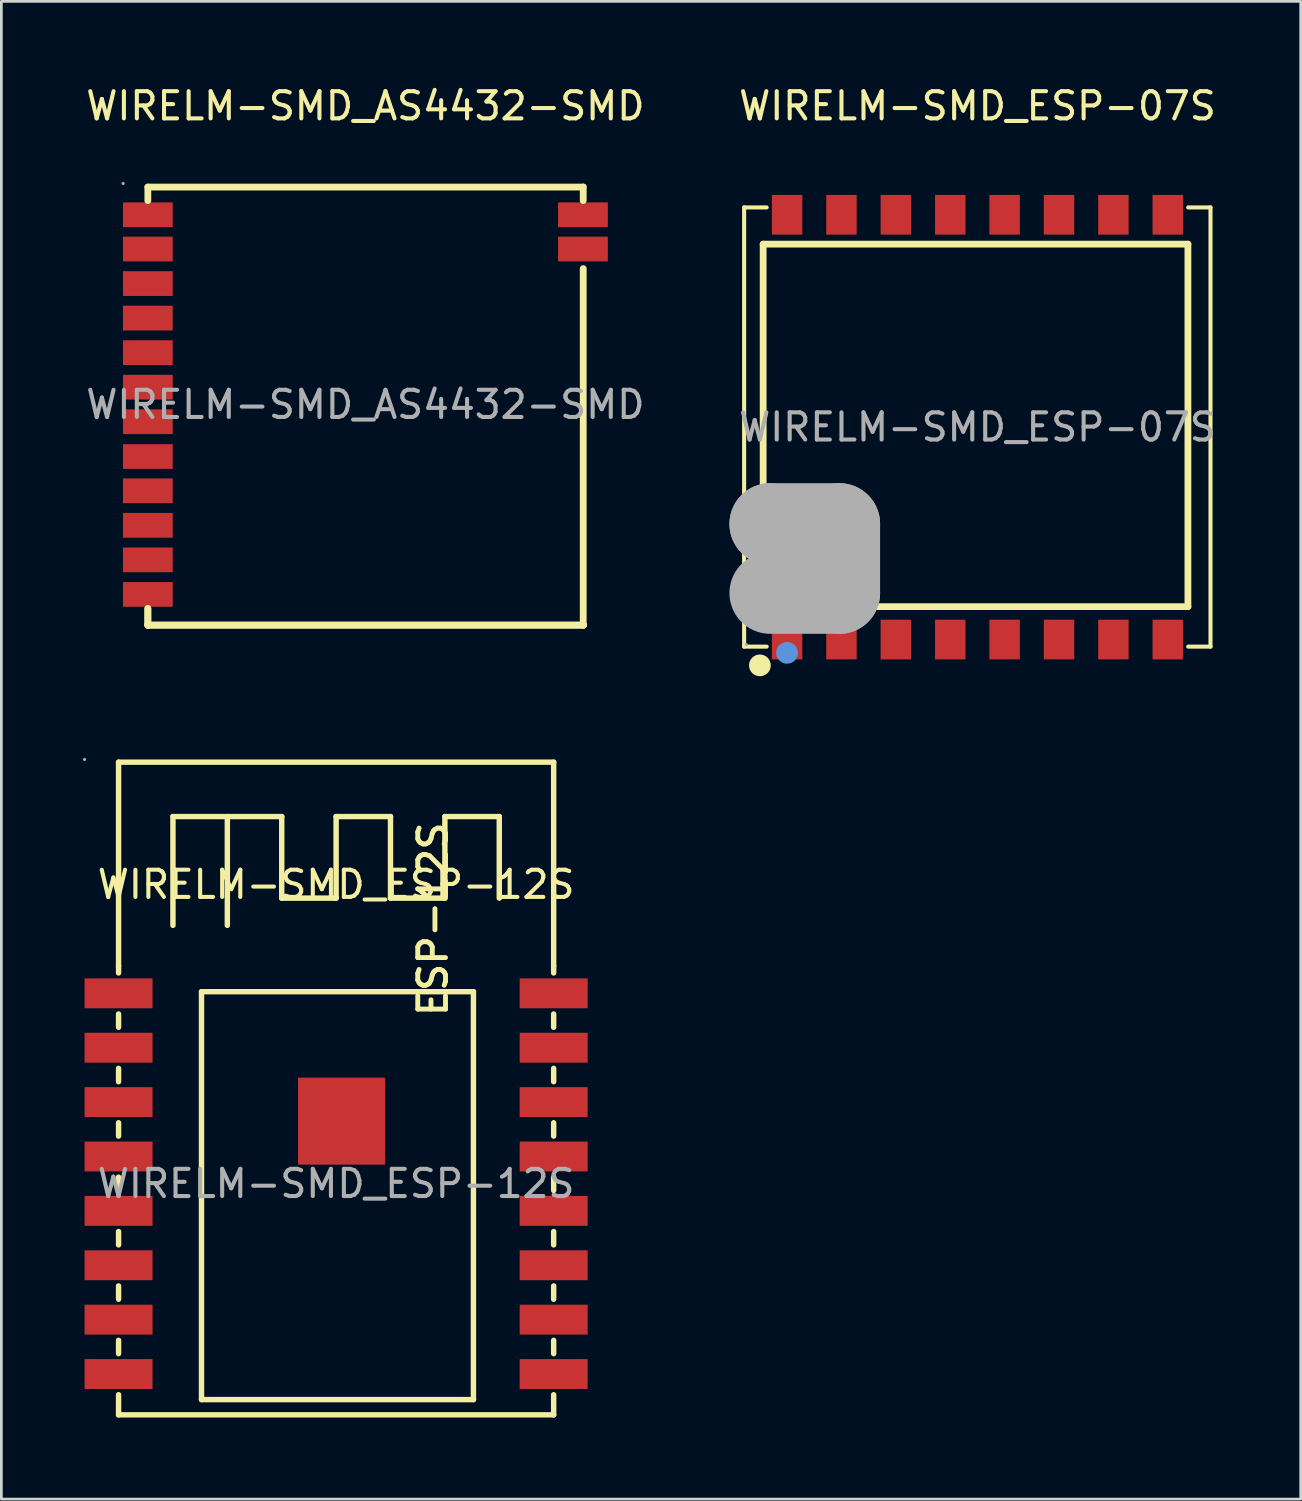
<source format=kicad_pcb>
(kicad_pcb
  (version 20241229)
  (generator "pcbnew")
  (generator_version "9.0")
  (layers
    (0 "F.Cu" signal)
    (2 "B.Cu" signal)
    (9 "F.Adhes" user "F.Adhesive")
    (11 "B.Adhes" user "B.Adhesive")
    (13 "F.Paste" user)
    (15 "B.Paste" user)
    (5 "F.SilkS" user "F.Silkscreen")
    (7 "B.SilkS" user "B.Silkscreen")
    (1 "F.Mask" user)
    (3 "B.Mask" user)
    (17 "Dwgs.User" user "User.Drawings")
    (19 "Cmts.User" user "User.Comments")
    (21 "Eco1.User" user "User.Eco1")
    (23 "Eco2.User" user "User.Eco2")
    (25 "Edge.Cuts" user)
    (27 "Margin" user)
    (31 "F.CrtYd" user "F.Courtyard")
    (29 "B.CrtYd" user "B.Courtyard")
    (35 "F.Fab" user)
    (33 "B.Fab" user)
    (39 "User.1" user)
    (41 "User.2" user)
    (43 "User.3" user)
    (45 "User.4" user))
  (footprint "WIRELM-SMD_AS4432-SMD"
    (layer "F.Cu")
    (at 10.387 11.828)
    (property "Reference" "WIRELM-SMD_AS4432-SMD" (at 0 -10.98 0) (layer "F.SilkS") (effects (font (size 1 1) (thickness 0.15))))
    (attr through_hole)
    (fp_line (start -8 -8) (end 8.01 -8) (stroke (width 0.25) (type solid)) (layer "F.SilkS"))
    (fp_line (start -8 -7.5) (end -8 -8) (stroke (width 0.25) (type solid)) (layer "F.SilkS"))
    (fp_line (start -8 7.5) (end -8 8.11) (stroke (width 0.25) (type solid)) (layer "F.SilkS"))
    (fp_line (start -8 8.11) (end -8 7.5) (stroke (width 0.25) (type solid)) (layer "F.SilkS"))
    (fp_line (start -8 8.11) (end -8 8.11) (stroke (width 0.25) (type solid)) (layer "F.SilkS"))
    (fp_line (start -8 8.11) (end -8 8.11) (stroke (width 0.25) (type solid)) (layer "F.SilkS"))
    (fp_line (start -8 8.11) (end 8.02 8.11) (stroke (width 0.25) (type solid)) (layer "F.SilkS"))
    (fp_line (start 8.01 -8) (end 8.01 -7.5) (stroke (width 0.25) (type solid)) (layer "F.SilkS"))
    (fp_line (start 8.01 8.11) (end 8.01 -5) (stroke (width 0.25) (type solid)) (layer "F.SilkS"))
    (fp_line (start 8.02 8.11) (end -8 8.11) (stroke (width 0.25) (type solid)) (layer "F.SilkS"))
    (fp_line (start 8.02 8.11) (end 8.02 8.11) (stroke (width 0.25) (type solid)) (layer "F.SilkS"))
    (fp_circle (center -8.91 -8.13) (end -8.88 -8.13) (stroke (width 0.06) (type solid)) (fill no) (layer "F.Fab"))
    (fp_text user "${REFERENCE}" (at 0 0 0) (layer "F.Fab") (effects (font (size 1 1) (thickness 0.15))))
    (pad "1" smd rect (at -8 -6.98) (size 1.83 0.91) (layers "F.Cu" "F.Mask" "F.Paste"))
    (pad "2" smd rect (at -8 -5.72) (size 1.83 0.91) (layers "F.Cu" "F.Mask" "F.Paste"))
    (pad "3" smd rect (at -8 -4.45) (size 1.83 0.91) (layers "F.Cu" "F.Mask" "F.Paste"))
    (pad "4" smd rect (at -8 -3.18) (size 1.83 0.91) (layers "F.Cu" "F.Mask" "F.Paste"))
    (pad "5" smd rect (at -8 -1.91) (size 1.83 0.91) (layers "F.Cu" "F.Mask" "F.Paste"))
    (pad "6" smd rect (at -8 -0.64) (size 1.83 0.91) (layers "F.Cu" "F.Mask" "F.Paste"))
    (pad "7" smd rect (at -8 0.63) (size 1.83 0.91) (layers "F.Cu" "F.Mask" "F.Paste"))
    (pad "8" smd rect (at -8 1.91) (size 1.83 0.91) (layers "F.Cu" "F.Mask" "F.Paste"))
    (pad "9" smd rect (at -8 3.17) (size 1.83 0.91) (layers "F.Cu" "F.Mask" "F.Paste"))
    (pad "10" smd rect (at -8 4.44) (size 1.83 0.91) (layers "F.Cu" "F.Mask" "F.Paste"))
    (pad "11" smd rect (at -8 5.71) (size 1.83 0.91) (layers "F.Cu" "F.Mask" "F.Paste"))
    (pad "12" smd rect (at -8 6.98) (size 1.83 0.91) (layers "F.Cu" "F.Mask" "F.Paste"))
    (pad "13" smd rect (at 8 -6.98) (size 1.83 0.91) (layers "F.Cu" "F.Mask" "F.Paste"))
    (pad "14" smd rect (at 8 -5.72) (size 1.83 0.91) (layers "F.Cu" "F.Mask" "F.Paste")))
  (footprint "WIRELM-SMD_ESP-07S"
    (layer "F.Cu")
    (at 32.894 12.658)
    (property "Reference" "WIRELM-SMD_ESP-07S" (at 0 -11.81 0) (layer "F.SilkS") (effects (font (size 1 1) (thickness 0.15))))
    (attr through_hole)
    (fp_line (start -8.58 -8.08) (end -7.75 -8.08) (stroke (width 0.15) (type solid)) (layer "F.SilkS"))
    (fp_line (start -8.58 8.07) (end -8.58 -8.08) (stroke (width 0.15) (type solid)) (layer "F.SilkS"))
    (fp_line (start -7.88 -6.73) (end -7.88 3.04) (stroke (width 0.25) (type solid)) (layer "F.SilkS"))
    (fp_line (start -7.88 3.04) (end -4.32 3.04) (stroke (width 0.25) (type solid)) (layer "F.SilkS"))
    (fp_line (start -7.75 8.07) (end -8.58 8.07) (stroke (width 0.15) (type solid)) (layer "F.SilkS"))
    (fp_line (start -4.32 2.97) (end -4.32 6.6) (stroke (width 0.25) (type solid)) (layer "F.SilkS"))
    (fp_line (start -4.32 6.6) (end 7.74 6.6) (stroke (width 0.25) (type solid)) (layer "F.SilkS"))
    (fp_line (start 7.74 -6.73) (end -7.88 -6.73) (stroke (width 0.25) (type solid)) (layer "F.SilkS"))
    (fp_line (start 7.74 6.6) (end 7.74 -6.73) (stroke (width 0.25) (type solid)) (layer "F.SilkS"))
    (fp_line (start 7.75 8.07) (end 8.57 8.07) (stroke (width 0.15) (type solid)) (layer "F.SilkS"))
    (fp_line (start 8.57 -8.08) (end 7.75 -8.08) (stroke (width 0.15) (type solid)) (layer "F.SilkS"))
    (fp_line (start 8.57 8.07) (end 8.57 -8.08) (stroke (width 0.15) (type solid)) (layer "F.SilkS"))
    (fp_circle (center -8 8.76) (end -7.8 8.76) (stroke (width 0.4) (type solid)) (fill no) (layer "F.SilkS"))
    (fp_circle (center -7 8.3) (end -6.8 8.3) (stroke (width 0.4) (type solid)) (fill no) (layer "Cmts.User"))
    (fp_line (start -7.62 3.56) (end -7.62 3.56) (stroke (width 3) (type solid)) (layer "F.Fab"))
    (fp_line (start -7.62 3.56) (end -5.08 3.56) (stroke (width 3) (type solid)) (layer "F.Fab"))
    (fp_line (start -5.08 3.56) (end -5.08 6.1) (stroke (width 3) (type solid)) (layer "F.Fab"))
    (fp_line (start -5.08 6.1) (end -7.62 6.1) (stroke (width 3) (type solid)) (layer "F.Fab"))
    (fp_circle (center -8.5 8) (end -8.47 8) (stroke (width 0.06) (type solid)) (fill no) (layer "F.Fab"))
    (fp_text user "${REFERENCE}" (at 0 0 0) (layer "F.Fab") (effects (font (size 1 1) (thickness 0.15))))
    (pad "1" smd rect (at -7 7.81 90) (size 1.46 1.12) (layers "F.Cu" "F.Mask" "F.Paste"))
    (pad "2" smd rect (at -5 7.81 90) (size 1.46 1.12) (layers "F.Cu" "F.Mask" "F.Paste"))
    (pad "3" smd rect (at -3 7.81 90) (size 1.46 1.12) (layers "F.Cu" "F.Mask" "F.Paste"))
    (pad "4" smd rect (at -1 7.81 90) (size 1.46 1.12) (layers "F.Cu" "F.Mask" "F.Paste"))
    (pad "5" smd rect (at 1 7.81 90) (size 1.46 1.12) (layers "F.Cu" "F.Mask" "F.Paste"))
    (pad "6" smd rect (at 3 7.81 90) (size 1.46 1.12) (layers "F.Cu" "F.Mask" "F.Paste"))
    (pad "7" smd rect (at 5 7.81 90) (size 1.46 1.12) (layers "F.Cu" "F.Mask" "F.Paste"))
    (pad "8" smd rect (at 7 7.81 90) (size 1.46 1.12) (layers "F.Cu" "F.Mask" "F.Paste"))
    (pad "9" smd rect (at 7 -7.81 90) (size 1.46 1.12) (layers "F.Cu" "F.Mask" "F.Paste"))
    (pad "10" smd rect (at 5 -7.81 90) (size 1.46 1.12) (layers "F.Cu" "F.Mask" "F.Paste"))
    (pad "11" smd rect (at 3 -7.81 90) (size 1.46 1.12) (layers "F.Cu" "F.Mask" "F.Paste"))
    (pad "12" smd rect (at 1 -7.81 90) (size 1.46 1.12) (layers "F.Cu" "F.Mask" "F.Paste"))
    (pad "13" smd rect (at -1 -7.81 90) (size 1.46 1.12) (layers "F.Cu" "F.Mask" "F.Paste"))
    (pad "14" smd rect (at -3 -7.81 90) (size 1.46 1.12) (layers "F.Cu" "F.Mask" "F.Paste"))
    (pad "15" smd rect (at -5 -7.81 90) (size 1.46 1.12) (layers "F.Cu" "F.Mask" "F.Paste"))
    (pad "16" smd rect (at -7 -7.81 90) (size 1.46 1.12) (layers "F.Cu" "F.Mask" "F.Paste")))
  (footprint "WIRELM-SMD_ESP-12S"
    (layer "F.Cu")
    (at 9.31 40.478)
    (property "Reference" "WIRELM-SMD_ESP-12S" (at 0 -11 0) (layer "F.SilkS") (effects (font (size 1 1) (thickness 0.15))))
    (attr through_hole)
    (fp_line (start -8 -15.5) (end 8 -15.5) (stroke (width 0.2) (type solid)) (layer "F.SilkS"))
    (fp_line (start -8 -8) (end -8 -15.5) (stroke (width 0.2) (type solid)) (layer "F.SilkS"))
    (fp_line (start -8 -8) (end -8 -7.75) (stroke (width 0.2) (type solid)) (layer "F.SilkS"))
    (fp_line (start -8 -6.24) (end -8 -5.75) (stroke (width 0.2) (type solid)) (layer "F.SilkS"))
    (fp_line (start -8 -4.24) (end -8 -3.75) (stroke (width 0.2) (type solid)) (layer "F.SilkS"))
    (fp_line (start -8 -2.24) (end -8 -1.75) (stroke (width 0.2) (type solid)) (layer "F.SilkS"))
    (fp_line (start -8 -0.24) (end -8 0.25) (stroke (width 0.2) (type solid)) (layer "F.SilkS"))
    (fp_line (start -8 1.76) (end -8 2.25) (stroke (width 0.2) (type solid)) (layer "F.SilkS"))
    (fp_line (start -8 3.76) (end -8 4.25) (stroke (width 0.2) (type solid)) (layer "F.SilkS"))
    (fp_line (start -8 5.76) (end -8 6.25) (stroke (width 0.2) (type solid)) (layer "F.SilkS"))
    (fp_line (start -8 7.76) (end -8 8.5) (stroke (width 0.2) (type solid)) (layer "F.SilkS"))
    (fp_line (start -8 8.5) (end 8 8.5) (stroke (width 0.2) (type solid)) (layer "F.SilkS"))
    (fp_line (start -6 -13.5) (end -6 -9.5) (stroke (width 0.2) (type solid)) (layer "F.SilkS"))
    (fp_line (start -4.95 -7.06) (end 5.05 -7.06) (stroke (width 0.2) (type solid)) (layer "F.SilkS"))
    (fp_line (start -4.95 7.94) (end -4.95 -7.06) (stroke (width 0.2) (type solid)) (layer "F.SilkS"))
    (fp_line (start -4 -9.5) (end -4 -13.5) (stroke (width 0.2) (type solid)) (layer "F.SilkS"))
    (fp_line (start -2 -13.5) (end -6 -13.5) (stroke (width 0.2) (type solid)) (layer "F.SilkS"))
    (fp_line (start -2 -10.5) (end -2 -13.5) (stroke (width 0.2) (type solid)) (layer "F.SilkS"))
    (fp_line (start 0 -13.5) (end 0 -10.5) (stroke (width 0.2) (type solid)) (layer "F.SilkS"))
    (fp_line (start 0 -10.5) (end -2 -10.5) (stroke (width 0.2) (type solid)) (layer "F.SilkS"))
    (fp_line (start 2 -13.5) (end 0 -13.5) (stroke (width 0.2) (type solid)) (layer "F.SilkS"))
    (fp_line (start 2 -10.5) (end 2 -13.5) (stroke (width 0.2) (type solid)) (layer "F.SilkS"))
    (fp_line (start 4 -13.5) (end 4 -10.5) (stroke (width 0.2) (type solid)) (layer "F.SilkS"))
    (fp_line (start 4 -10.5) (end 2 -10.5) (stroke (width 0.2) (type solid)) (layer "F.SilkS"))
    (fp_line (start 5.05 -7.06) (end 5.05 7.94) (stroke (width 0.2) (type solid)) (layer "F.SilkS"))
    (fp_line (start 5.05 7.94) (end -4.95 7.94) (stroke (width 0.2) (type solid)) (layer "F.SilkS"))
    (fp_line (start 6 -13.5) (end 4 -13.5) (stroke (width 0.2) (type solid)) (layer "F.SilkS"))
    (fp_line (start 6 -10.5) (end 6 -13.5) (stroke (width 0.2) (type solid)) (layer "F.SilkS"))
    (fp_line (start 8 -15.5) (end 8 -8) (stroke (width 0.2) (type solid)) (layer "F.SilkS"))
    (fp_line (start 8 -8) (end 8 -7.75) (stroke (width 0.2) (type solid)) (layer "F.SilkS"))
    (fp_line (start 8 -6.24) (end 8 -5.75) (stroke (width 0.2) (type solid)) (layer "F.SilkS"))
    (fp_line (start 8 -4.24) (end 8 -3.75) (stroke (width 0.2) (type solid)) (layer "F.SilkS"))
    (fp_line (start 8 -2.24) (end 8 -1.75) (stroke (width 0.2) (type solid)) (layer "F.SilkS"))
    (fp_line (start 8 -0.24) (end 8 0.25) (stroke (width 0.2) (type solid)) (layer "F.SilkS"))
    (fp_line (start 8 1.76) (end 8 2.25) (stroke (width 0.2) (type solid)) (layer "F.SilkS"))
    (fp_line (start 8 3.76) (end 8 4.25) (stroke (width 0.2) (type solid)) (layer "F.SilkS"))
    (fp_line (start 8 5.76) (end 8 6.25) (stroke (width 0.2) (type solid)) (layer "F.SilkS"))
    (fp_line (start 8 7.76) (end 8 8.5) (stroke (width 0.2) (type solid)) (layer "F.SilkS"))
    (fp_circle (center -9.25 -15.6) (end -9.22 -15.6) (stroke (width 0.06) (type solid)) (fill no) (layer "F.Fab"))
    (fp_text user "ESP-12S" (at 3.56 -6.06 270) (layer "F.SilkS") (effects (font (size 1.02 1.02) (thickness 0.18)) (justify left)))
    (fp_text user "${REFERENCE}" (at 0 0 0) (layer "F.Fab") (effects (font (size 1 1) (thickness 0.15))))
    (pad "1" smd rect (at -8 -7) (size 2.5 1.1) (layers "F.Cu" "F.Mask" "F.Paste"))
    (pad "2" smd rect (at -8 -5) (size 2.5 1.1) (layers "F.Cu" "F.Mask" "F.Paste"))
    (pad "3" smd rect (at -8 -3) (size 2.5 1.1) (layers "F.Cu" "F.Mask" "F.Paste"))
    (pad "4" smd rect (at -8 -1) (size 2.5 1.1) (layers "F.Cu" "F.Mask" "F.Paste"))
    (pad "5" smd rect (at -8 1) (size 2.5 1.1) (layers "F.Cu" "F.Mask" "F.Paste"))
    (pad "6" smd rect (at -8 3) (size 2.5 1.1) (layers "F.Cu" "F.Mask" "F.Paste"))
    (pad "7" smd rect (at -8 5) (size 2.5 1.1) (layers "F.Cu" "F.Mask" "F.Paste"))
    (pad "8" smd rect (at -8 7) (size 2.5 1.1) (layers "F.Cu" "F.Mask" "F.Paste"))
    (pad "9" smd rect (at 8 7) (size 2.5 1.1) (layers "F.Cu" "F.Mask" "F.Paste"))
    (pad "10" smd rect (at 8 5) (size 2.5 1.1) (layers "F.Cu" "F.Mask" "F.Paste"))
    (pad "11" smd rect (at 8 3) (size 2.5 1.1) (layers "F.Cu" "F.Mask" "F.Paste"))
    (pad "12" smd rect (at 8 1) (size 2.5 1.1) (layers "F.Cu" "F.Mask" "F.Paste"))
    (pad "13" smd rect (at 8 -1) (size 2.5 1.1) (layers "F.Cu" "F.Mask" "F.Paste"))
    (pad "14" smd rect (at 8 -3) (size 2.5 1.1) (layers "F.Cu" "F.Mask" "F.Paste"))
    (pad "15" smd rect (at 8 -5) (size 2.5 1.1) (layers "F.Cu" "F.Mask" "F.Paste"))
    (pad "16" smd rect (at 8 -7) (size 2.5 1.1) (layers "F.Cu" "F.Mask" "F.Paste"))
    (pad "17" smd rect (at 0.2 -2.3) (size 3.2 3.2) (layers "F.Cu" "F.Mask" "F.Paste")))
  (gr_rect
    (start -3 -3)
    (end 44.781 52.078)
    (stroke (width 0.1) (type default))
    (fill no)
    (layer "Edge.Cuts")))
</source>
